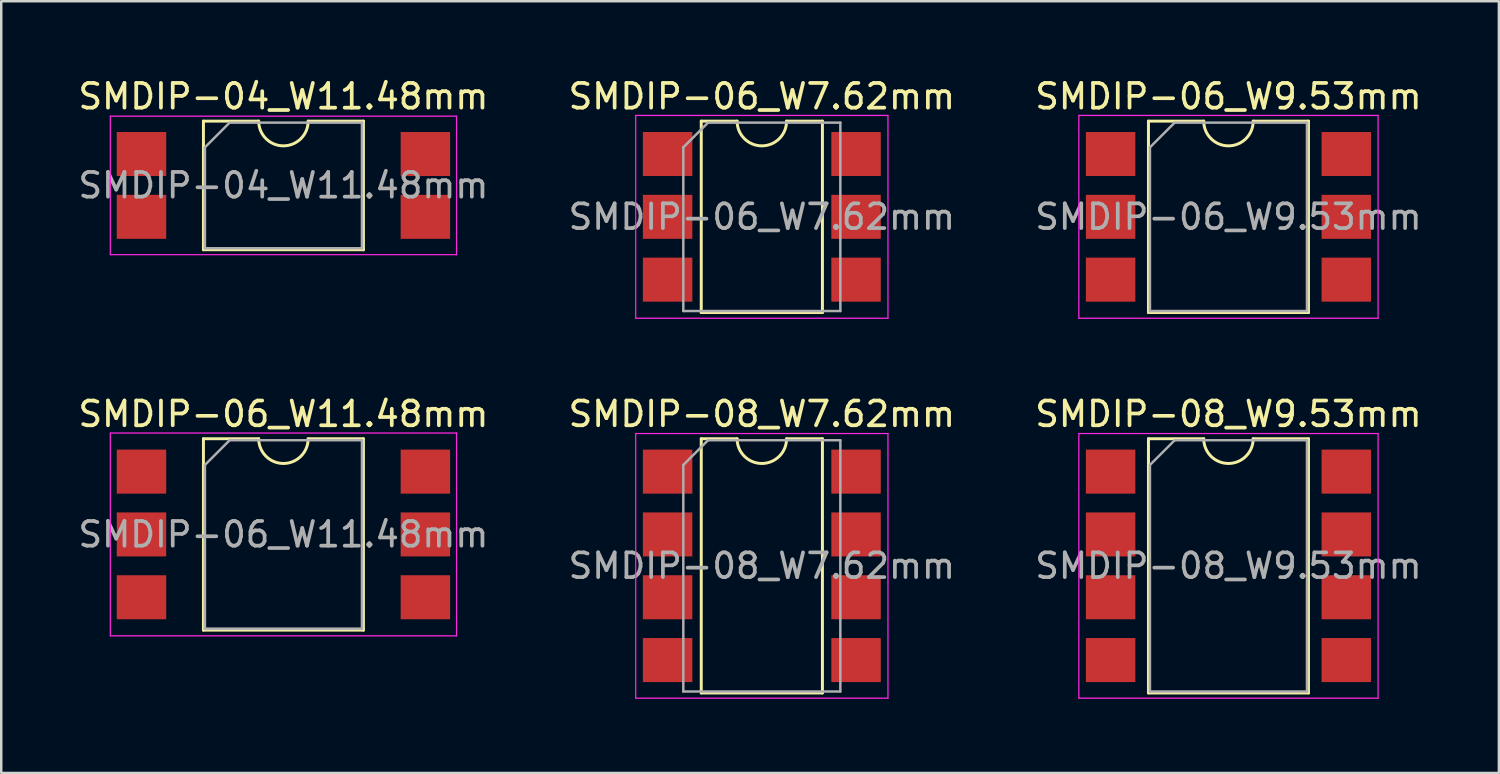
<source format=kicad_pcb>
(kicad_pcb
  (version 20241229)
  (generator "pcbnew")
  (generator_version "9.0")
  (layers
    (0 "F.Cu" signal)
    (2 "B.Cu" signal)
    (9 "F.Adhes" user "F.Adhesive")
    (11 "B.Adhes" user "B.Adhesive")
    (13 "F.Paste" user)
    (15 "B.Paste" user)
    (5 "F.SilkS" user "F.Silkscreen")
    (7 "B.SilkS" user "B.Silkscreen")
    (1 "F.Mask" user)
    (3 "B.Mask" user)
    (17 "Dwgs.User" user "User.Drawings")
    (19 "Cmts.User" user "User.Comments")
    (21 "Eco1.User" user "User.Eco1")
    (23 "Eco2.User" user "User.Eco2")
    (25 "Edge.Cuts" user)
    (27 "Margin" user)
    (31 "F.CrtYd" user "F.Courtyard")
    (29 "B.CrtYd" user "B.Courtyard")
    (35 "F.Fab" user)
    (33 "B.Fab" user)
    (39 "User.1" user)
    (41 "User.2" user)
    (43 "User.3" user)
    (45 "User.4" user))
  (footprint "SMDIP-06_W9.53mm"
    (layer "F.Cu")
    (at 46.625 5.718)
    (property "Reference" "SMDIP-06_W9.53mm" (at 0 -4.87 0) (layer "F.SilkS") (effects (font (size 1 1) (thickness 0.15))))
    (attr smd)
    (fp_line (start -3.235 -3.87) (end -3.235 3.87) (stroke (width 0.12) (type solid)) (layer "F.SilkS"))
    (fp_line (start -3.235 3.87) (end 3.235 3.87) (stroke (width 0.12) (type solid)) (layer "F.SilkS"))
    (fp_line (start -1 -3.87) (end -3.235 -3.87) (stroke (width 0.12) (type solid)) (layer "F.SilkS"))
    (fp_line (start 3.235 -3.87) (end 1 -3.87) (stroke (width 0.12) (type solid)) (layer "F.SilkS"))
    (fp_line (start 3.235 3.87) (end 3.235 -3.87) (stroke (width 0.12) (type solid)) (layer "F.SilkS"))
    (fp_arc (start 1 -3.87) (mid 0 -2.87) (end -1 -3.87) (stroke (width 0.12) (type solid)) (layer "F.SilkS"))
    (fp_line (start -6.05 -4.1) (end -6.05 4.1) (stroke (width 0.05) (type solid)) (layer "F.CrtYd"))
    (fp_line (start -6.05 4.1) (end 6.05 4.1) (stroke (width 0.05) (type solid)) (layer "F.CrtYd"))
    (fp_line (start 6.05 -4.1) (end -6.05 -4.1) (stroke (width 0.05) (type solid)) (layer "F.CrtYd"))
    (fp_line (start 6.05 4.1) (end 6.05 -4.1) (stroke (width 0.05) (type solid)) (layer "F.CrtYd"))
    (fp_line (start -3.175 -2.81) (end -2.175 -3.81) (stroke (width 0.1) (type solid)) (layer "F.Fab"))
    (fp_line (start -3.175 3.81) (end -3.175 -2.81) (stroke (width 0.1) (type solid)) (layer "F.Fab"))
    (fp_line (start -2.175 -3.81) (end 3.175 -3.81) (stroke (width 0.1) (type solid)) (layer "F.Fab"))
    (fp_line (start 3.175 -3.81) (end 3.175 3.81) (stroke (width 0.1) (type solid)) (layer "F.Fab"))
    (fp_line (start 3.175 3.81) (end -3.175 3.81) (stroke (width 0.1) (type solid)) (layer "F.Fab"))
    (fp_text user "${REFERENCE}" (at 0 0 0) (layer "F.Fab") (effects (font (size 1 1) (thickness 0.15))))
    (pad "1" smd rect (at -4.765 -2.54) (size 2 1.78) (layers "F.Cu" "F.Mask" "F.Paste"))
    (pad "2" smd rect (at -4.765 0) (size 2 1.78) (layers "F.Cu" "F.Mask" "F.Paste"))
    (pad "3" smd rect (at -4.765 2.54) (size 2 1.78) (layers "F.Cu" "F.Mask" "F.Paste"))
    (pad "4" smd rect (at 4.765 2.54) (size 2 1.78) (layers "F.Cu" "F.Mask" "F.Paste"))
    (pad "5" smd rect (at 4.765 0) (size 2 1.78) (layers "F.Cu" "F.Mask" "F.Paste"))
    (pad "6" smd rect (at 4.765 -2.54) (size 2 1.78) (layers "F.Cu" "F.Mask" "F.Paste")))
  (footprint "SMDIP-08_W9.53mm"
    (layer "F.Cu")
    (at 46.625 19.831)
    (property "Reference" "SMDIP-08_W9.53mm" (at 0 -6.14 0) (layer "F.SilkS") (effects (font (size 1 1) (thickness 0.15))))
    (attr smd)
    (fp_line (start -3.235 -5.14) (end -3.235 5.14) (stroke (width 0.12) (type solid)) (layer "F.SilkS"))
    (fp_line (start -3.235 5.14) (end 3.235 5.14) (stroke (width 0.12) (type solid)) (layer "F.SilkS"))
    (fp_line (start -1 -5.14) (end -3.235 -5.14) (stroke (width 0.12) (type solid)) (layer "F.SilkS"))
    (fp_line (start 3.235 -5.14) (end 1 -5.14) (stroke (width 0.12) (type solid)) (layer "F.SilkS"))
    (fp_line (start 3.235 5.14) (end 3.235 -5.14) (stroke (width 0.12) (type solid)) (layer "F.SilkS"))
    (fp_arc (start 1 -5.14) (mid 0 -4.14) (end -1 -5.14) (stroke (width 0.12) (type solid)) (layer "F.SilkS"))
    (fp_line (start -6.05 -5.35) (end -6.05 5.35) (stroke (width 0.05) (type solid)) (layer "F.CrtYd"))
    (fp_line (start -6.05 5.35) (end 6.05 5.35) (stroke (width 0.05) (type solid)) (layer "F.CrtYd"))
    (fp_line (start 6.05 -5.35) (end -6.05 -5.35) (stroke (width 0.05) (type solid)) (layer "F.CrtYd"))
    (fp_line (start 6.05 5.35) (end 6.05 -5.35) (stroke (width 0.05) (type solid)) (layer "F.CrtYd"))
    (fp_line (start -3.175 -4.08) (end -2.175 -5.08) (stroke (width 0.1) (type solid)) (layer "F.Fab"))
    (fp_line (start -3.175 5.08) (end -3.175 -4.08) (stroke (width 0.1) (type solid)) (layer "F.Fab"))
    (fp_line (start -2.175 -5.08) (end 3.175 -5.08) (stroke (width 0.1) (type solid)) (layer "F.Fab"))
    (fp_line (start 3.175 -5.08) (end 3.175 5.08) (stroke (width 0.1) (type solid)) (layer "F.Fab"))
    (fp_line (start 3.175 5.08) (end -3.175 5.08) (stroke (width 0.1) (type solid)) (layer "F.Fab"))
    (fp_text user "${REFERENCE}" (at 0 0 0) (layer "F.Fab") (effects (font (size 1 1) (thickness 0.15))))
    (pad "1" smd rect (at -4.765 -3.81) (size 2 1.78) (layers "F.Cu" "F.Mask" "F.Paste"))
    (pad "2" smd rect (at -4.765 -1.27) (size 2 1.78) (layers "F.Cu" "F.Mask" "F.Paste"))
    (pad "3" smd rect (at -4.765 1.27) (size 2 1.78) (layers "F.Cu" "F.Mask" "F.Paste"))
    (pad "4" smd rect (at -4.765 3.81) (size 2 1.78) (layers "F.Cu" "F.Mask" "F.Paste"))
    (pad "5" smd rect (at 4.765 3.81) (size 2 1.78) (layers "F.Cu" "F.Mask" "F.Paste"))
    (pad "6" smd rect (at 4.765 1.27) (size 2 1.78) (layers "F.Cu" "F.Mask" "F.Paste"))
    (pad "7" smd rect (at 4.765 -1.27) (size 2 1.78) (layers "F.Cu" "F.Mask" "F.Paste"))
    (pad "8" smd rect (at 4.765 -3.81) (size 2 1.78) (layers "F.Cu" "F.Mask" "F.Paste")))
  (footprint "SMDIP-06_W7.62mm"
    (layer "F.Cu")
    (at 27.756 5.718)
    (property "Reference" "SMDIP-06_W7.62mm" (at 0 -4.87 0) (layer "F.SilkS") (effects (font (size 1 1) (thickness 0.15))))
    (attr smd)
    (fp_line (start -2.45 -3.87) (end -2.45 3.87) (stroke (width 0.12) (type solid)) (layer "F.SilkS"))
    (fp_line (start -2.45 3.87) (end 2.45 3.87) (stroke (width 0.12) (type solid)) (layer "F.SilkS"))
    (fp_line (start -1 -3.87) (end -2.45 -3.87) (stroke (width 0.12) (type solid)) (layer "F.SilkS"))
    (fp_line (start 2.45 -3.87) (end 1 -3.87) (stroke (width 0.12) (type solid)) (layer "F.SilkS"))
    (fp_line (start 2.45 3.87) (end 2.45 -3.87) (stroke (width 0.12) (type solid)) (layer "F.SilkS"))
    (fp_arc (start 1 -3.87) (mid 0 -2.87) (end -1 -3.87) (stroke (width 0.12) (type solid)) (layer "F.SilkS"))
    (fp_line (start -5.1 -4.1) (end -5.1 4.1) (stroke (width 0.05) (type solid)) (layer "F.CrtYd"))
    (fp_line (start -5.1 4.1) (end 5.1 4.1) (stroke (width 0.05) (type solid)) (layer "F.CrtYd"))
    (fp_line (start 5.1 -4.1) (end -5.1 -4.1) (stroke (width 0.05) (type solid)) (layer "F.CrtYd"))
    (fp_line (start 5.1 4.1) (end 5.1 -4.1) (stroke (width 0.05) (type solid)) (layer "F.CrtYd"))
    (fp_line (start -3.175 -2.81) (end -2.175 -3.81) (stroke (width 0.1) (type solid)) (layer "F.Fab"))
    (fp_line (start -3.175 3.81) (end -3.175 -2.81) (stroke (width 0.1) (type solid)) (layer "F.Fab"))
    (fp_line (start -2.175 -3.81) (end 3.175 -3.81) (stroke (width 0.1) (type solid)) (layer "F.Fab"))
    (fp_line (start 3.175 -3.81) (end 3.175 3.81) (stroke (width 0.1) (type solid)) (layer "F.Fab"))
    (fp_line (start 3.175 3.81) (end -3.175 3.81) (stroke (width 0.1) (type solid)) (layer "F.Fab"))
    (fp_text user "${REFERENCE}" (at 0 0 0) (layer "F.Fab") (effects (font (size 1 1) (thickness 0.15))))
    (pad "1" smd rect (at -3.81 -2.54) (size 2 1.78) (layers "F.Cu" "F.Mask" "F.Paste"))
    (pad "2" smd rect (at -3.81 0) (size 2 1.78) (layers "F.Cu" "F.Mask" "F.Paste"))
    (pad "3" smd rect (at -3.81 2.54) (size 2 1.78) (layers "F.Cu" "F.Mask" "F.Paste"))
    (pad "4" smd rect (at 3.81 2.54) (size 2 1.78) (layers "F.Cu" "F.Mask" "F.Paste"))
    (pad "5" smd rect (at 3.81 0) (size 2 1.78) (layers "F.Cu" "F.Mask" "F.Paste"))
    (pad "6" smd rect (at 3.81 -2.54) (size 2 1.78) (layers "F.Cu" "F.Mask" "F.Paste")))
  (footprint "SMDIP-08_W7.62mm"
    (layer "F.Cu")
    (at 27.756 19.831)
    (property "Reference" "SMDIP-08_W7.62mm" (at 0 -6.14 0) (layer "F.SilkS") (effects (font (size 1 1) (thickness 0.15))))
    (attr smd)
    (fp_line (start -2.45 -5.14) (end -2.45 5.14) (stroke (width 0.12) (type solid)) (layer "F.SilkS"))
    (fp_line (start -2.45 5.14) (end 2.45 5.14) (stroke (width 0.12) (type solid)) (layer "F.SilkS"))
    (fp_line (start -1 -5.14) (end -2.45 -5.14) (stroke (width 0.12) (type solid)) (layer "F.SilkS"))
    (fp_line (start 2.45 -5.14) (end 1 -5.14) (stroke (width 0.12) (type solid)) (layer "F.SilkS"))
    (fp_line (start 2.45 5.14) (end 2.45 -5.14) (stroke (width 0.12) (type solid)) (layer "F.SilkS"))
    (fp_arc (start 1 -5.14) (mid 0 -4.14) (end -1 -5.14) (stroke (width 0.12) (type solid)) (layer "F.SilkS"))
    (fp_line (start -5.1 -5.35) (end -5.1 5.35) (stroke (width 0.05) (type solid)) (layer "F.CrtYd"))
    (fp_line (start -5.1 5.35) (end 5.1 5.35) (stroke (width 0.05) (type solid)) (layer "F.CrtYd"))
    (fp_line (start 5.1 -5.35) (end -5.1 -5.35) (stroke (width 0.05) (type solid)) (layer "F.CrtYd"))
    (fp_line (start 5.1 5.35) (end 5.1 -5.35) (stroke (width 0.05) (type solid)) (layer "F.CrtYd"))
    (fp_line (start -3.175 -4.08) (end -2.175 -5.08) (stroke (width 0.1) (type solid)) (layer "F.Fab"))
    (fp_line (start -3.175 5.08) (end -3.175 -4.08) (stroke (width 0.1) (type solid)) (layer "F.Fab"))
    (fp_line (start -2.175 -5.08) (end 3.175 -5.08) (stroke (width 0.1) (type solid)) (layer "F.Fab"))
    (fp_line (start 3.175 -5.08) (end 3.175 5.08) (stroke (width 0.1) (type solid)) (layer "F.Fab"))
    (fp_line (start 3.175 5.08) (end -3.175 5.08) (stroke (width 0.1) (type solid)) (layer "F.Fab"))
    (fp_text user "${REFERENCE}" (at 0 0 0) (layer "F.Fab") (effects (font (size 1 1) (thickness 0.15))))
    (pad "1" smd rect (at -3.81 -3.81) (size 2 1.78) (layers "F.Cu" "F.Mask" "F.Paste"))
    (pad "2" smd rect (at -3.81 -1.27) (size 2 1.78) (layers "F.Cu" "F.Mask" "F.Paste"))
    (pad "3" smd rect (at -3.81 1.27) (size 2 1.78) (layers "F.Cu" "F.Mask" "F.Paste"))
    (pad "4" smd rect (at -3.81 3.81) (size 2 1.78) (layers "F.Cu" "F.Mask" "F.Paste"))
    (pad "5" smd rect (at 3.81 3.81) (size 2 1.78) (layers "F.Cu" "F.Mask" "F.Paste"))
    (pad "6" smd rect (at 3.81 1.27) (size 2 1.78) (layers "F.Cu" "F.Mask" "F.Paste"))
    (pad "7" smd rect (at 3.81 -1.27) (size 2 1.78) (layers "F.Cu" "F.Mask" "F.Paste"))
    (pad "8" smd rect (at 3.81 -3.81) (size 2 1.78) (layers "F.Cu" "F.Mask" "F.Paste")))
  (footprint "SMDIP-06_W11.48mm"
    (layer "F.Cu")
    (at 8.411 18.561)
    (property "Reference" "SMDIP-06_W11.48mm" (at 0 -4.87 0) (layer "F.SilkS") (effects (font (size 1 1) (thickness 0.15))))
    (attr smd)
    (fp_line (start -3.235 -3.87) (end -3.235 3.87) (stroke (width 0.12) (type solid)) (layer "F.SilkS"))
    (fp_line (start -3.235 3.87) (end 3.235 3.87) (stroke (width 0.12) (type solid)) (layer "F.SilkS"))
    (fp_line (start -1 -3.87) (end -3.235 -3.87) (stroke (width 0.12) (type solid)) (layer "F.SilkS"))
    (fp_line (start 3.235 -3.87) (end 1 -3.87) (stroke (width 0.12) (type solid)) (layer "F.SilkS"))
    (fp_line (start 3.235 3.87) (end 3.235 -3.87) (stroke (width 0.12) (type solid)) (layer "F.SilkS"))
    (fp_arc (start 1 -3.87) (mid 0 -2.87) (end -1 -3.87) (stroke (width 0.12) (type solid)) (layer "F.SilkS"))
    (fp_line (start -7 -4.1) (end -7 4.1) (stroke (width 0.05) (type solid)) (layer "F.CrtYd"))
    (fp_line (start -7 4.1) (end 7 4.1) (stroke (width 0.05) (type solid)) (layer "F.CrtYd"))
    (fp_line (start 7 -4.1) (end -7 -4.1) (stroke (width 0.05) (type solid)) (layer "F.CrtYd"))
    (fp_line (start 7 4.1) (end 7 -4.1) (stroke (width 0.05) (type solid)) (layer "F.CrtYd"))
    (fp_line (start -3.175 -2.81) (end -2.175 -3.81) (stroke (width 0.1) (type solid)) (layer "F.Fab"))
    (fp_line (start -3.175 3.81) (end -3.175 -2.81) (stroke (width 0.1) (type solid)) (layer "F.Fab"))
    (fp_line (start -2.175 -3.81) (end 3.175 -3.81) (stroke (width 0.1) (type solid)) (layer "F.Fab"))
    (fp_line (start 3.175 -3.81) (end 3.175 3.81) (stroke (width 0.1) (type solid)) (layer "F.Fab"))
    (fp_line (start 3.175 3.81) (end -3.175 3.81) (stroke (width 0.1) (type solid)) (layer "F.Fab"))
    (fp_text user "${REFERENCE}" (at 0 0 0) (layer "F.Fab") (effects (font (size 1 1) (thickness 0.15))))
    (pad "1" smd rect (at -5.74 -2.54) (size 2 1.78) (layers "F.Cu" "F.Mask" "F.Paste"))
    (pad "2" smd rect (at -5.74 0) (size 2 1.78) (layers "F.Cu" "F.Mask" "F.Paste"))
    (pad "3" smd rect (at -5.74 2.54) (size 2 1.78) (layers "F.Cu" "F.Mask" "F.Paste"))
    (pad "4" smd rect (at 5.74 2.54) (size 2 1.78) (layers "F.Cu" "F.Mask" "F.Paste"))
    (pad "5" smd rect (at 5.74 0) (size 2 1.78) (layers "F.Cu" "F.Mask" "F.Paste"))
    (pad "6" smd rect (at 5.74 -2.54) (size 2 1.78) (layers "F.Cu" "F.Mask" "F.Paste")))
  (footprint "SMDIP-04_W11.48mm"
    (layer "F.Cu")
    (at 8.411 4.448)
    (property "Reference" "SMDIP-04_W11.48mm" (at 0 -3.6 0) (layer "F.SilkS") (effects (font (size 1 1) (thickness 0.15))))
    (attr smd)
    (fp_line (start -3.235 -2.6) (end -3.235 2.6) (stroke (width 0.12) (type solid)) (layer "F.SilkS"))
    (fp_line (start -3.235 2.6) (end 3.235 2.6) (stroke (width 0.12) (type solid)) (layer "F.SilkS"))
    (fp_line (start -1 -2.6) (end -3.235 -2.6) (stroke (width 0.12) (type solid)) (layer "F.SilkS"))
    (fp_line (start 3.235 -2.6) (end 1 -2.6) (stroke (width 0.12) (type solid)) (layer "F.SilkS"))
    (fp_line (start 3.235 2.6) (end 3.235 -2.6) (stroke (width 0.12) (type solid)) (layer "F.SilkS"))
    (fp_arc (start 1 -2.6) (mid 0 -1.6) (end -1 -2.6) (stroke (width 0.12) (type solid)) (layer "F.SilkS"))
    (fp_line (start -7 -2.8) (end -7 2.8) (stroke (width 0.05) (type solid)) (layer "F.CrtYd"))
    (fp_line (start -7 2.8) (end 7 2.8) (stroke (width 0.05) (type solid)) (layer "F.CrtYd"))
    (fp_line (start 7 -2.8) (end -7 -2.8) (stroke (width 0.05) (type solid)) (layer "F.CrtYd"))
    (fp_line (start 7 2.8) (end 7 -2.8) (stroke (width 0.05) (type solid)) (layer "F.CrtYd"))
    (fp_line (start -3.175 -1.54) (end -2.175 -2.54) (stroke (width 0.1) (type solid)) (layer "F.Fab"))
    (fp_line (start -3.175 2.54) (end -3.175 -1.54) (stroke (width 0.1) (type solid)) (layer "F.Fab"))
    (fp_line (start -2.175 -2.54) (end 3.175 -2.54) (stroke (width 0.1) (type solid)) (layer "F.Fab"))
    (fp_line (start 3.175 -2.54) (end 3.175 2.54) (stroke (width 0.1) (type solid)) (layer "F.Fab"))
    (fp_line (start 3.175 2.54) (end -3.175 2.54) (stroke (width 0.1) (type solid)) (layer "F.Fab"))
    (fp_text user "${REFERENCE}" (at 0 0 0) (layer "F.Fab") (effects (font (size 1 1) (thickness 0.15))))
    (pad "1" smd rect (at -5.74 -1.27) (size 2 1.78) (layers "F.Cu" "F.Mask" "F.Paste"))
    (pad "2" smd rect (at -5.74 1.27) (size 2 1.78) (layers "F.Cu" "F.Mask" "F.Paste"))
    (pad "3" smd rect (at 5.74 1.27) (size 2 1.78) (layers "F.Cu" "F.Mask" "F.Paste"))
    (pad "4" smd rect (at 5.74 -1.27) (size 2 1.78) (layers "F.Cu" "F.Mask" "F.Paste")))
  (gr_rect
    (start -3 -3)
    (end 57.56 28.206)
    (stroke (width 0.1) (type default))
    (fill no)
    (layer "Edge.Cuts")))
</source>
